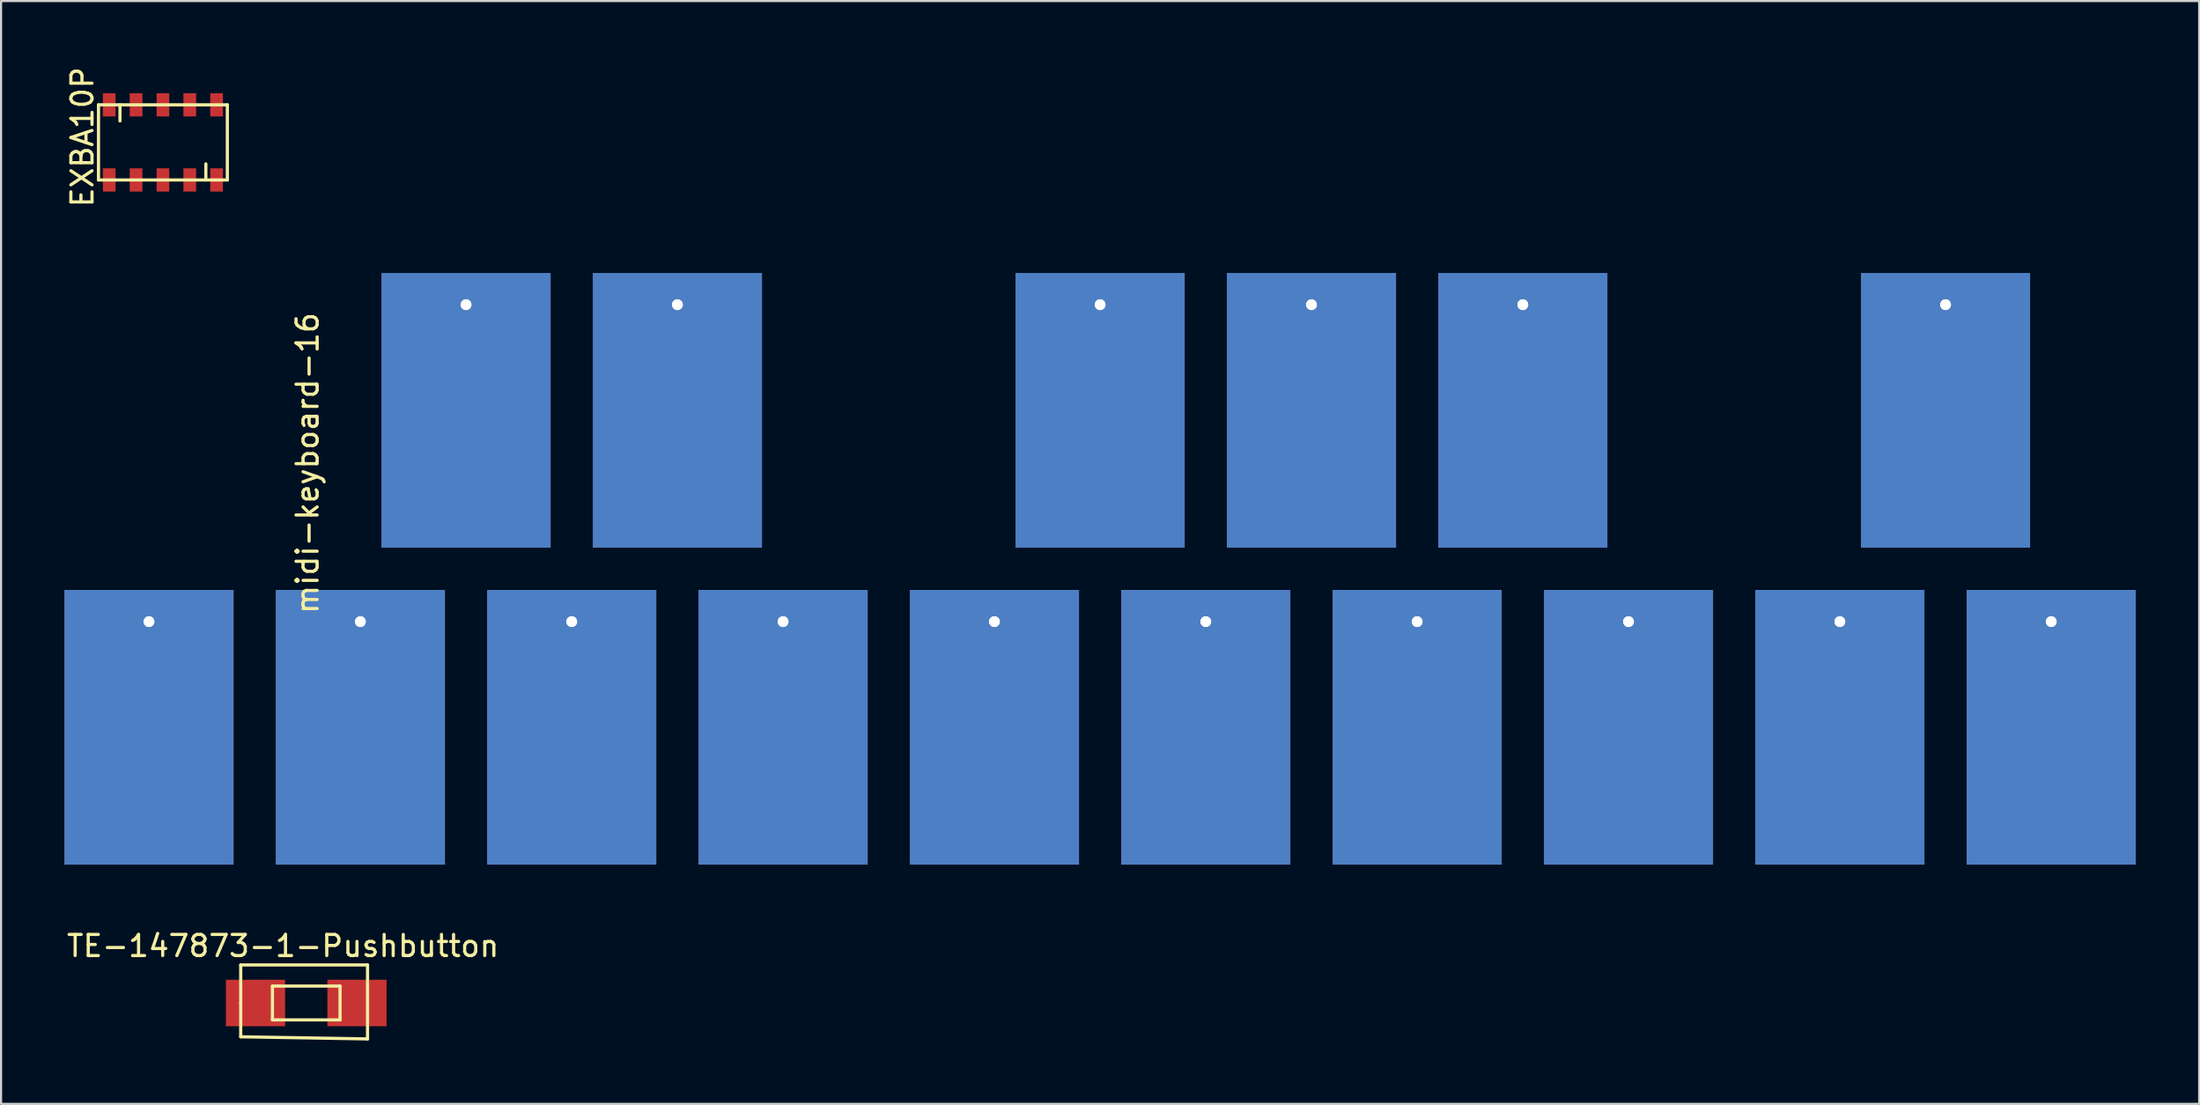
<source format=kicad_pcb>
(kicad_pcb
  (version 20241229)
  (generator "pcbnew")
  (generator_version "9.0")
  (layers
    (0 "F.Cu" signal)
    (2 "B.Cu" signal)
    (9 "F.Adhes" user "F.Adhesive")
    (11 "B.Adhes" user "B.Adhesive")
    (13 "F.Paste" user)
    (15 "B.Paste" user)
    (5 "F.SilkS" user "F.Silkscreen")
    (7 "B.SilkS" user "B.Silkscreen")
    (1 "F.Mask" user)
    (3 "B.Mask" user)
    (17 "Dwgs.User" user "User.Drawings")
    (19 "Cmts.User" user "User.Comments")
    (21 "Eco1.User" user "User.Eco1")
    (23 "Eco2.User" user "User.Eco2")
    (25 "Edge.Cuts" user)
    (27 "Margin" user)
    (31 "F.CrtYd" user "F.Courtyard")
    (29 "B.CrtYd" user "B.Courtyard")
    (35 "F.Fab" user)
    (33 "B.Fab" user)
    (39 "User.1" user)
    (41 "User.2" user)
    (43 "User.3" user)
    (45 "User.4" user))
  (footprint "EXBA10P"
    (layer "F.Cu")
    (at 2.118 5.467)
    (property "Reference" "EXBA10P" (at -1.27 -2.032 90) (layer "F.SilkS") (effects (font (size 1 1) (thickness 0.15))))
    (attr through_hole)
    (fp_line (start -0.508 -3.556) (end -0.508 0) (stroke (width 0.15) (type solid)) (layer "F.SilkS"))
    (fp_line (start -0.508 0) (end 5.588 0) (stroke (width 0.15) (type solid)) (layer "F.SilkS"))
    (fp_line (start 0.508 -3.556) (end 0.508 -2.794) (stroke (width 0.15) (type solid)) (layer "F.SilkS"))
    (fp_line (start 4.572 0) (end 4.572 -0.762) (stroke (width 0.15) (type solid)) (layer "F.SilkS"))
    (fp_line (start 5.588 -3.556) (end -0.508 -3.556) (stroke (width 0.15) (type solid)) (layer "F.SilkS"))
    (fp_line (start 5.588 0) (end 5.588 -3.556) (stroke (width 0.15) (type solid)) (layer "F.SilkS"))
    (pad "1" smd rect (at 0 0) (size 0.6 1.1) (layers "F.Cu" "F.Mask" "F.Paste"))
    (pad "2" smd rect (at 1.27 0) (size 0.6 1.1) (layers "F.Cu" "F.Mask" "F.Paste"))
    (pad "3" smd rect (at 2.54 0) (size 0.6 1.1) (layers "F.Cu" "F.Mask" "F.Paste"))
    (pad "4" smd rect (at 3.81 0) (size 0.6 1.1) (layers "F.Cu" "F.Mask" "F.Paste"))
    (pad "5" smd rect (at 5.08 0) (size 0.6 1.1) (layers "F.Cu" "F.Mask" "F.Paste"))
    (pad "6" smd rect (at 5.08 -3.556) (size 0.6 1.1) (layers "F.Cu" "F.Mask" "F.Paste"))
    (pad "7" smd rect (at 3.81 -3.556) (size 0.6 1.1) (layers "F.Cu" "F.Mask" "F.Paste"))
    (pad "8" smd rect (at 2.54 -3.556) (size 0.6 1.1) (layers "F.Cu" "F.Mask" "F.Paste"))
    (pad "9" smd rect (at 1.27 -3.556) (size 0.6 1.1) (layers "F.Cu" "F.Mask" "F.Paste"))
    (pad "10" smd rect (at 0 -3.556) (size 0.6 1.1) (layers "F.Cu" "F.Mask" "F.Paste")))
  (footprint "TE-147873-1-Pushbutton"
    (layer "F.Cu")
    (at 9.039 44.417)
    (property "Reference" "TE-147873-1-Pushbutton" (at 1.3 -2.7 0) (layer "F.SilkS") (effects (font (size 1 1) (thickness 0.15))))
    (attr through_hole)
    (fp_line (start -0.7 -1.8) (end 5.3 -1.8) (stroke (width 0.15) (type solid)) (layer "F.SilkS"))
    (fp_line (start -0.7 0) (end -0.7 -1.8) (stroke (width 0.15) (type solid)) (layer "F.SilkS"))
    (fp_line (start -0.7 1.6) (end -0.7 0) (stroke (width 0.15) (type solid)) (layer "F.SilkS"))
    (fp_line (start 0.8 -0.8) (end 4 -0.8) (stroke (width 0.15) (type solid)) (layer "F.SilkS"))
    (fp_line (start 0.8 0.8) (end 0.8 -0.8) (stroke (width 0.15) (type solid)) (layer "F.SilkS"))
    (fp_line (start 4 -0.8) (end 4 0.8) (stroke (width 0.15) (type solid)) (layer "F.SilkS"))
    (fp_line (start 4 0.8) (end 0.8 0.8) (stroke (width 0.15) (type solid)) (layer "F.SilkS"))
    (fp_line (start 5.3 -1.8) (end 5.3 1.7) (stroke (width 0.15) (type solid)) (layer "F.SilkS"))
    (fp_line (start 5.3 1.7) (end -0.7 1.6) (stroke (width 0.15) (type solid)) (layer "F.SilkS"))
    (pad "1" smd rect (at 0 0) (size 2.8 2.2) (layers "F.Cu" "F.Mask" "F.Paste"))
    (pad "2" smd rect (at 4.8 0) (size 2.8 2.2) (layers "F.Cu" "F.Mask" "F.Paste")))
  (footprint "midi-keyboard-16"
    (layer "F.Cu")
    (at 14 31.369)
    (property "Reference" "midi-keyboard-16" (at -2.5 -12.5 90) (layer "F.SilkS") (effects (font (size 1 1) (thickness 0.15))))
    (attr through_hole)
    (pad "1" thru_hole circle (at -10 -5) (size 0.889 0.889) (drill 0.508) (layers "*.Cu"))
    (pad "1" thru_hole rect (at -10 -5) (size 8 13) (drill 0.508 (offset 0 5)) (layers "F.Cu"))
    (pad "2" thru_hole circle (at 0 -5) (size 0.889 0.889) (drill 0.508) (layers "*.Cu"))
    (pad "2" thru_hole rect (at 0 -5) (size 8 13) (drill 0.508 (offset 0 5)) (layers "F.Cu"))
    (pad "3" thru_hole circle (at 5 -20) (size 0.889 0.889) (drill 0.508) (layers "*.Cu"))
    (pad "3" thru_hole rect (at 5 -20) (size 8 13) (drill 0.508 (offset 0 5)) (layers "F.Cu"))
    (pad "4" thru_hole circle (at 10 -5) (size 0.889 0.889) (drill 0.508) (layers "*.Cu"))
    (pad "4" thru_hole rect (at 10 -5) (size 8 13) (drill 0.508 (offset 0 5)) (layers "F.Cu"))
    (pad "5" thru_hole circle (at 15 -20) (size 0.889 0.889) (drill 0.508) (layers "*.Cu"))
    (pad "5" thru_hole rect (at 15 -20) (size 8 13) (drill 0.508 (offset 0 5)) (layers "F.Cu"))
    (pad "6" thru_hole circle (at 20 -5) (size 0.889 0.889) (drill 0.508) (layers "*.Cu"))
    (pad "6" thru_hole rect (at 20 -5) (size 8 13) (drill 0.508 (offset 0 5)) (layers "F.Cu"))
    (pad "7" thru_hole circle (at 30 -5) (size 0.889 0.889) (drill 0.508) (layers "*.Cu"))
    (pad "7" thru_hole rect (at 30 -5) (size 8 13) (drill 0.508 (offset 0 5)) (layers "F.Cu"))
    (pad "8" thru_hole circle (at 35 -20) (size 0.889 0.889) (drill 0.508) (layers "*.Cu"))
    (pad "8" thru_hole rect (at 35 -20) (size 8 13) (drill 0.508 (offset 0 5)) (layers "F.Cu"))
    (pad "9" thru_hole circle (at 40 -5) (size 0.889 0.889) (drill 0.508) (layers "*.Cu"))
    (pad "9" thru_hole rect (at 40 -5) (size 8 13) (drill 0.508 (offset 0 5)) (layers "F.Cu"))
    (pad "10" thru_hole circle (at 45 -20) (size 0.889 0.889) (drill 0.508) (layers "*.Cu"))
    (pad "10" thru_hole rect (at 45 -20) (size 8 13) (drill 0.508 (offset 0 5)) (layers "F.Cu"))
    (pad "11" thru_hole circle (at 50 -5) (size 0.889 0.889) (drill 0.508) (layers "*.Cu"))
    (pad "11" thru_hole rect (at 50 -5) (size 8 13) (drill 0.508 (offset 0 5)) (layers "F.Cu"))
    (pad "12" thru_hole circle (at 55 -20) (size 0.889 0.889) (drill 0.508) (layers "*.Cu"))
    (pad "12" thru_hole rect (at 55 -20) (size 8 13) (drill 0.508 (offset 0 5)) (layers "F.Cu"))
    (pad "13" thru_hole circle (at 60 -5 90) (size 0.889 0.889) (drill 0.508) (layers "*.Cu"))
    (pad "13" thru_hole rect (at 60 -5) (size 8 13) (drill 0.508 (offset 0 5)) (layers "F.Cu"))
    (pad "14" thru_hole circle (at 70 -5) (size 0.889 0.889) (drill 0.508) (layers "*.Cu"))
    (pad "14" thru_hole rect (at 70 -5) (size 8 13) (drill 0.508 (offset 0 5)) (layers "F.Cu"))
    (pad "15" thru_hole circle (at 75 -20) (size 0.889 0.889) (drill 0.508) (layers "*.Cu"))
    (pad "15" thru_hole rect (at 75 -20) (size 8 13) (drill 0.508 (offset 0 5)) (layers "F.Cu"))
    (pad "16" thru_hole circle (at 80 -5) (size 0.889 0.889) (drill 0.508) (layers "*.Cu"))
    (pad "16" thru_hole rect (at 80 -5) (size 8 13) (drill 0.508 (offset 0 5)) (layers "F.Cu")))
  (gr_rect
    (start -3 -3)
    (end 101 49.192)
    (stroke (width 0.1) (type default))
    (fill no)
    (layer "Edge.Cuts")))
</source>
